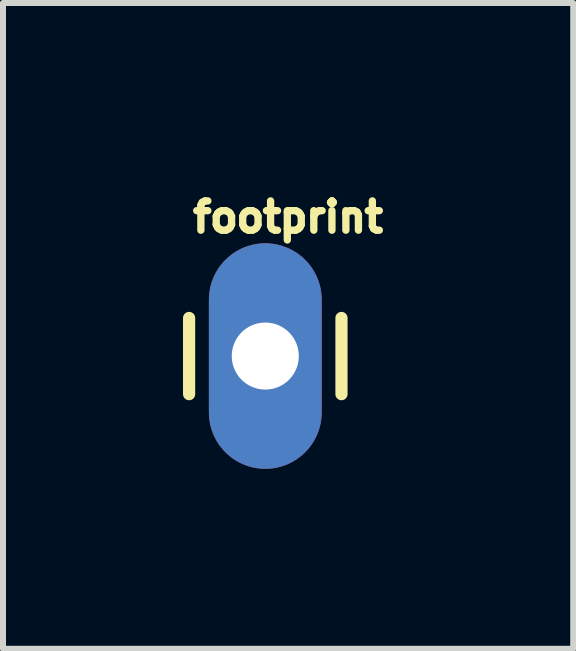
<source format=kicad_pcb>
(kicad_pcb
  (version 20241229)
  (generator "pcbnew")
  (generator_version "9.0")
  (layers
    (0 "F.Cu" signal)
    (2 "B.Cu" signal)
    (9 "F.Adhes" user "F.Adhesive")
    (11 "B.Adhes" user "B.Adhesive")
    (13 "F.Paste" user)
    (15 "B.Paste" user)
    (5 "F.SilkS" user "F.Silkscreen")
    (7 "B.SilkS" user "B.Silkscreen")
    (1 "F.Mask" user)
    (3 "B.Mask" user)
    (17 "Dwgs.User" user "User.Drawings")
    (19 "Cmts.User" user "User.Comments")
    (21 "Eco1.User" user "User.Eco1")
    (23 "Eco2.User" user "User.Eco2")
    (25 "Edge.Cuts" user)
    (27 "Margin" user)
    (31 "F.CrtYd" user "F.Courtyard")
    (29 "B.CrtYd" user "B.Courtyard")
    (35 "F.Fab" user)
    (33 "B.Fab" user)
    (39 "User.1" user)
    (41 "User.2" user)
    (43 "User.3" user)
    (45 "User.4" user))
  (footprint "footprint"
    (layer "F.Cu")
    (at 1.372 2.885)
    (property "Reference" "footprint" (at -1.27 -2.032 0) (layer "F.SilkS") (effects (font (size 0.488 0.488) (thickness 0.122)) (justify left bottom)))
    (fp_line (start -1.27 -0.635) (end -1.27 0.635) (stroke (width 0.203) (type solid)) (layer "F.SilkS"))
    (fp_line (start 1.27 -0.635) (end 1.27 0.635) (stroke (width 0.203) (type solid)) (layer "F.SilkS"))
    (fp_poly (pts (xy -0.254 0.254) (xy 0.254 0.254) (xy 0.254 -0.254) (xy -0.254 -0.254)) (stroke (width 0.1) (type solid)) (fill no) (layer "F.Fab"))
    (pad "1" thru_hole oval (at 0 0 90) (size 3.759 1.88) (drill 1.118) (layers "*.Cu" "*.Mask")))
  (gr_rect
    (start -3 -3)
    (end 6.505 7.765)
    (stroke (width 0.1) (type default))
    (fill no)
    (layer "Edge.Cuts")))
</source>
